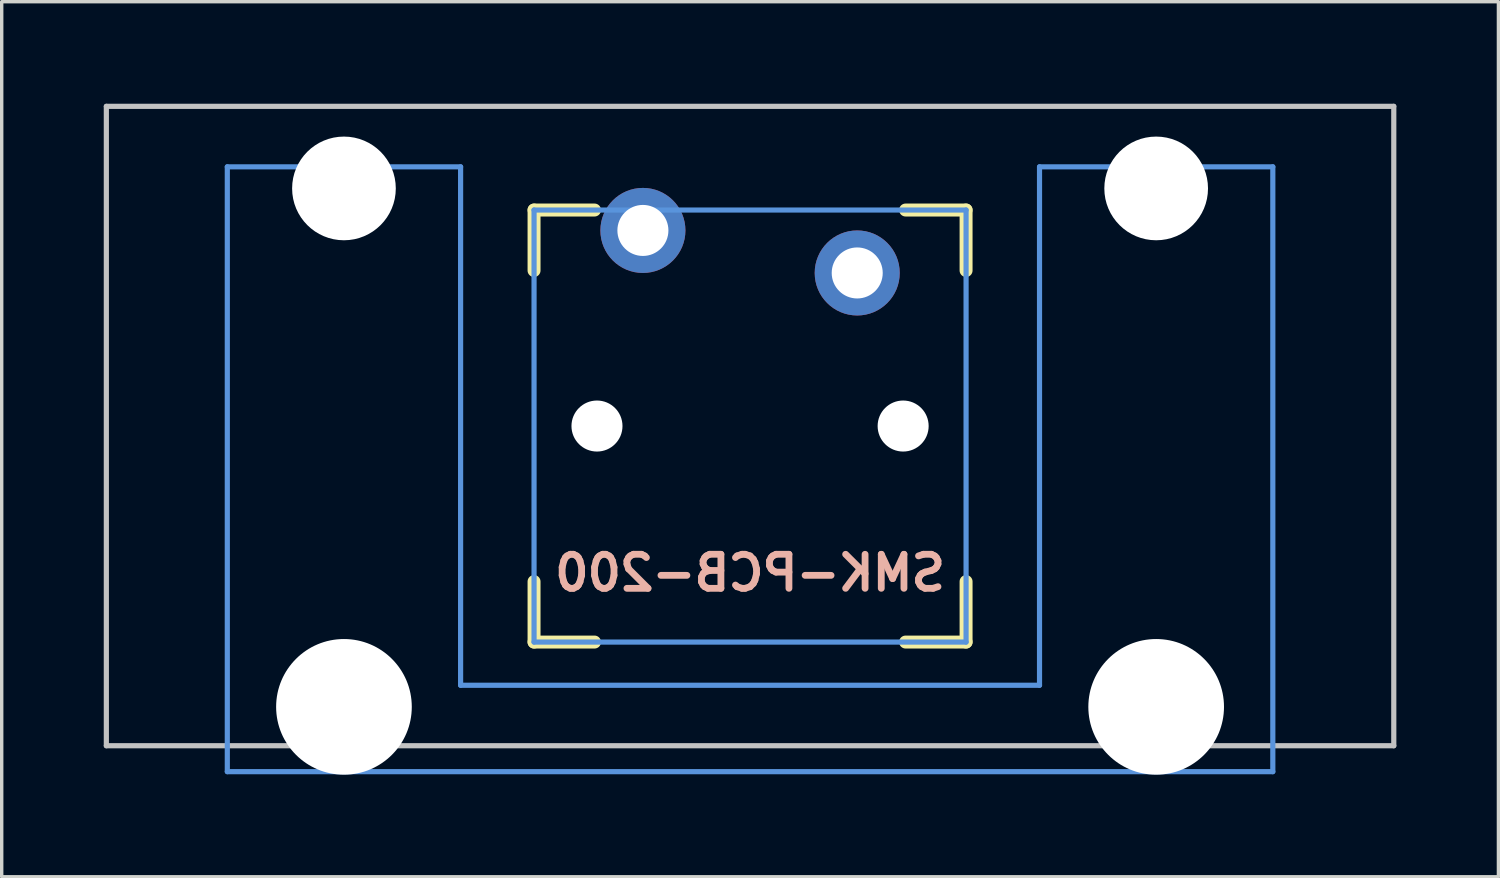
<source format=kicad_pcb>
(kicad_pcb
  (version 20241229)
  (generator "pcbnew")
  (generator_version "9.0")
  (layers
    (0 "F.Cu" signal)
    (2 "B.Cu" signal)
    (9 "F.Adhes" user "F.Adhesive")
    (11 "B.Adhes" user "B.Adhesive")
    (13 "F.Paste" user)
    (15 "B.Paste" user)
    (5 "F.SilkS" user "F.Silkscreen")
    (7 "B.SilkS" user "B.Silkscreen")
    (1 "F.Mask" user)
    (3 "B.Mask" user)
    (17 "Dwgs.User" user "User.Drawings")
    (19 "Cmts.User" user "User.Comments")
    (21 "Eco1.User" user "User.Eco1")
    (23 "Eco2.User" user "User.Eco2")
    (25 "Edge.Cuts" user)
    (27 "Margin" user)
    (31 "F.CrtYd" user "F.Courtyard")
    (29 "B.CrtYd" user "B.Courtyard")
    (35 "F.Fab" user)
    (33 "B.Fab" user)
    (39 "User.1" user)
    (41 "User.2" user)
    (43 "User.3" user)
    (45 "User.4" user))
  (footprint "SMK-PCB-200"
    (layer "F.Cu")
    (at 18.999 9.474)
    (property "Reference" "SMK-PCB-200" (at 0 4.318 0) (layer "B.SilkS") (effects (font (size 1 1) (thickness 0.2)) (justify mirror)))
    (attr through_hole)
    (fp_line (start -6.35 -6.35) (end -4.572 -6.35) (stroke (width 0.381) (type solid)) (layer "F.SilkS"))
    (fp_line (start -6.35 -4.572) (end -6.35 -6.35) (stroke (width 0.381) (type solid)) (layer "F.SilkS"))
    (fp_line (start -6.35 6.35) (end -6.35 4.572) (stroke (width 0.381) (type solid)) (layer "F.SilkS"))
    (fp_line (start -4.572 6.35) (end -6.35 6.35) (stroke (width 0.381) (type solid)) (layer "F.SilkS"))
    (fp_line (start 4.572 -6.35) (end 6.35 -6.35) (stroke (width 0.381) (type solid)) (layer "F.SilkS"))
    (fp_line (start 6.35 -6.35) (end 6.35 -4.572) (stroke (width 0.381) (type solid)) (layer "F.SilkS"))
    (fp_line (start 6.35 4.572) (end 6.35 6.35) (stroke (width 0.381) (type solid)) (layer "F.SilkS"))
    (fp_line (start 6.35 6.35) (end 4.572 6.35) (stroke (width 0.381) (type solid)) (layer "F.SilkS"))
    (fp_line (start -18.923 -9.398) (end 18.923 -9.398) (stroke (width 0.152) (type solid)) (layer "Dwgs.User"))
    (fp_line (start -18.923 9.398) (end -18.923 -9.398) (stroke (width 0.152) (type solid)) (layer "Dwgs.User"))
    (fp_line (start 18.923 -9.398) (end 18.923 9.398) (stroke (width 0.152) (type solid)) (layer "Dwgs.User"))
    (fp_line (start 18.923 9.398) (end -18.923 9.398) (stroke (width 0.152) (type solid)) (layer "Dwgs.User"))
    (fp_line (start -15.367 -7.62) (end -15.367 10.16) (stroke (width 0.152) (type solid)) (layer "Cmts.User"))
    (fp_line (start -15.367 10.16) (end 15.367 10.16) (stroke (width 0.152) (type solid)) (layer "Cmts.User"))
    (fp_line (start -8.509 -7.62) (end -15.367 -7.62) (stroke (width 0.152) (type solid)) (layer "Cmts.User"))
    (fp_line (start -8.509 7.62) (end -8.509 -7.62) (stroke (width 0.152) (type solid)) (layer "Cmts.User"))
    (fp_line (start -6.35 -6.35) (end 6.35 -6.35) (stroke (width 0.152) (type solid)) (layer "Cmts.User"))
    (fp_line (start -6.35 6.35) (end -6.35 -6.35) (stroke (width 0.152) (type solid)) (layer "Cmts.User"))
    (fp_line (start 6.35 -6.35) (end 6.35 6.35) (stroke (width 0.152) (type solid)) (layer "Cmts.User"))
    (fp_line (start 6.35 6.35) (end -6.35 6.35) (stroke (width 0.152) (type solid)) (layer "Cmts.User"))
    (fp_line (start 8.509 -7.62) (end 8.509 7.62) (stroke (width 0.152) (type solid)) (layer "Cmts.User"))
    (fp_line (start 8.509 7.62) (end -8.509 7.62) (stroke (width 0.152) (type solid)) (layer "Cmts.User"))
    (fp_line (start 15.367 -7.62) (end 8.509 -7.62) (stroke (width 0.152) (type solid)) (layer "Cmts.User"))
    (fp_line (start 15.367 10.16) (end 15.367 -7.62) (stroke (width 0.152) (type solid)) (layer "Cmts.User"))
    (fp_line (start -16.129 -2.286) (end -15.265 -2.286) (stroke (width 0.152) (type solid)) (layer "Eco2.User"))
    (fp_line (start -16.129 0.508) (end -16.129 -2.286) (stroke (width 0.152) (type solid)) (layer "Eco2.User"))
    (fp_line (start -15.265 -5.69) (end -8.611 -5.69) (stroke (width 0.152) (type solid)) (layer "Eco2.User"))
    (fp_line (start -15.265 -2.286) (end -15.265 -5.69) (stroke (width 0.152) (type solid)) (layer "Eco2.User"))
    (fp_line (start -15.265 0.508) (end -16.129 0.508) (stroke (width 0.152) (type solid)) (layer "Eco2.User"))
    (fp_line (start -15.265 6.604) (end -15.265 0.508) (stroke (width 0.152) (type solid)) (layer "Eco2.User"))
    (fp_line (start -14.224 6.604) (end -15.265 6.604) (stroke (width 0.152) (type solid)) (layer "Eco2.User"))
    (fp_line (start -14.224 7.772) (end -14.224 6.604) (stroke (width 0.152) (type solid)) (layer "Eco2.User"))
    (fp_line (start -9.652 6.604) (end -9.652 7.772) (stroke (width 0.152) (type solid)) (layer "Eco2.User"))
    (fp_line (start -9.652 7.772) (end -14.224 7.772) (stroke (width 0.152) (type solid)) (layer "Eco2.User"))
    (fp_line (start -8.611 -5.69) (end -8.611 -4.877) (stroke (width 0.152) (type solid)) (layer "Eco2.User"))
    (fp_line (start -8.611 5.817) (end -8.611 6.604) (stroke (width 0.152) (type solid)) (layer "Eco2.User"))
    (fp_line (start -8.611 6.604) (end -9.652 6.604) (stroke (width 0.152) (type solid)) (layer "Eco2.User"))
    (fp_line (start -7.75 -6.4) (end -6.985 -6.4) (stroke (width 0.152) (type solid)) (layer "Eco2.User"))
    (fp_line (start -7.75 6.4) (end -6.985 6.4) (stroke (width 0.152) (type solid)) (layer "Eco2.User"))
    (fp_line (start -6.985 -6.985) (end 6.985 -6.985) (stroke (width 0.152) (type solid)) (layer "Eco2.User"))
    (fp_line (start -6.985 -6.985) (end 6.985 -6.985) (stroke (width 0.152) (type solid)) (layer "Eco2.User"))
    (fp_line (start -6.985 -6.4) (end -6.985 -6.985) (stroke (width 0.152) (type solid)) (layer "Eco2.User"))
    (fp_line (start -6.985 6.4) (end -6.985 6.985) (stroke (width 0.152) (type solid)) (layer "Eco2.User"))
    (fp_line (start 6.985 -6.4) (end 6.985 -6.985) (stroke (width 0.152) (type solid)) (layer "Eco2.User"))
    (fp_line (start 6.985 6.4) (end 7.75 6.4) (stroke (width 0.152) (type solid)) (layer "Eco2.User"))
    (fp_line (start 6.985 6.985) (end -6.985 6.985) (stroke (width 0.152) (type solid)) (layer "Eco2.User"))
    (fp_line (start 6.985 6.985) (end -6.985 6.985) (stroke (width 0.152) (type solid)) (layer "Eco2.User"))
    (fp_line (start 6.985 6.985) (end 6.985 6.4) (stroke (width 0.152) (type solid)) (layer "Eco2.User"))
    (fp_line (start 7.75 -6.4) (end 6.985 -6.4) (stroke (width 0.152) (type solid)) (layer "Eco2.User"))
    (fp_line (start 8.611 -5.69) (end 15.265 -5.69) (stroke (width 0.152) (type solid)) (layer "Eco2.User"))
    (fp_line (start 8.611 -4.877) (end 8.611 -5.69) (stroke (width 0.152) (type solid)) (layer "Eco2.User"))
    (fp_line (start 8.611 6.604) (end 8.611 5.817) (stroke (width 0.152) (type solid)) (layer "Eco2.User"))
    (fp_line (start 9.652 6.604) (end 8.611 6.604) (stroke (width 0.152) (type solid)) (layer "Eco2.User"))
    (fp_line (start 9.652 7.772) (end 9.652 6.604) (stroke (width 0.152) (type solid)) (layer "Eco2.User"))
    (fp_line (start 14.224 6.604) (end 14.224 7.772) (stroke (width 0.152) (type solid)) (layer "Eco2.User"))
    (fp_line (start 14.224 7.772) (end 9.652 7.772) (stroke (width 0.152) (type solid)) (layer "Eco2.User"))
    (fp_line (start 15.265 -5.69) (end 15.265 -2.286) (stroke (width 0.152) (type solid)) (layer "Eco2.User"))
    (fp_line (start 15.265 -2.286) (end 16.129 -2.286) (stroke (width 0.152) (type solid)) (layer "Eco2.User"))
    (fp_line (start 15.265 0.508) (end 15.265 6.604) (stroke (width 0.152) (type solid)) (layer "Eco2.User"))
    (fp_line (start 15.265 6.604) (end 14.224 6.604) (stroke (width 0.152) (type solid)) (layer "Eco2.User"))
    (fp_line (start 16.129 -2.286) (end 16.129 0.508) (stroke (width 0.152) (type solid)) (layer "Eco2.User"))
    (fp_line (start 16.129 0.508) (end 15.265 0.508) (stroke (width 0.152) (type solid)) (layer "Eco2.User"))
    (pad "" np_thru_hole circle (at -11.938 -6.985) (size 3.048 3.048) (drill 3.048) (layers "*.Cu"))
    (pad "" np_thru_hole circle (at -11.938 8.255) (size 3.988 3.988) (drill 3.988) (layers "*.Cu"))
    (pad "" np_thru_hole circle (at -4.5 0) (size 1.5 1.5) (drill 1.5) (layers "*.Cu" "*.Mask"))
    (pad "" np_thru_hole circle (at 4.5 0) (size 1.5 1.5) (drill 1.5) (layers "*.Cu" "*.Mask"))
    (pad "" np_thru_hole circle (at 11.938 -6.985) (size 3.048 3.048) (drill 3.048) (layers "*.Cu"))
    (pad "" np_thru_hole circle (at 11.938 8.255) (size 3.988 3.988) (drill 3.988) (layers "*.Cu"))
    (pad "1" thru_hole circle (at -3.15 -5.75) (size 2.5 2.5) (drill 1.5) (layers "*.Cu" "*.Mask"))
    (pad "2" thru_hole circle (at 3.15 -4.5) (size 2.5 2.5) (drill 1.5) (layers "*.Cu" "*.Mask")))
  (gr_rect
    (start -3 -3)
    (end 40.998 22.723)
    (stroke (width 0.1) (type default))
    (fill no)
    (layer "Edge.Cuts")))
</source>
